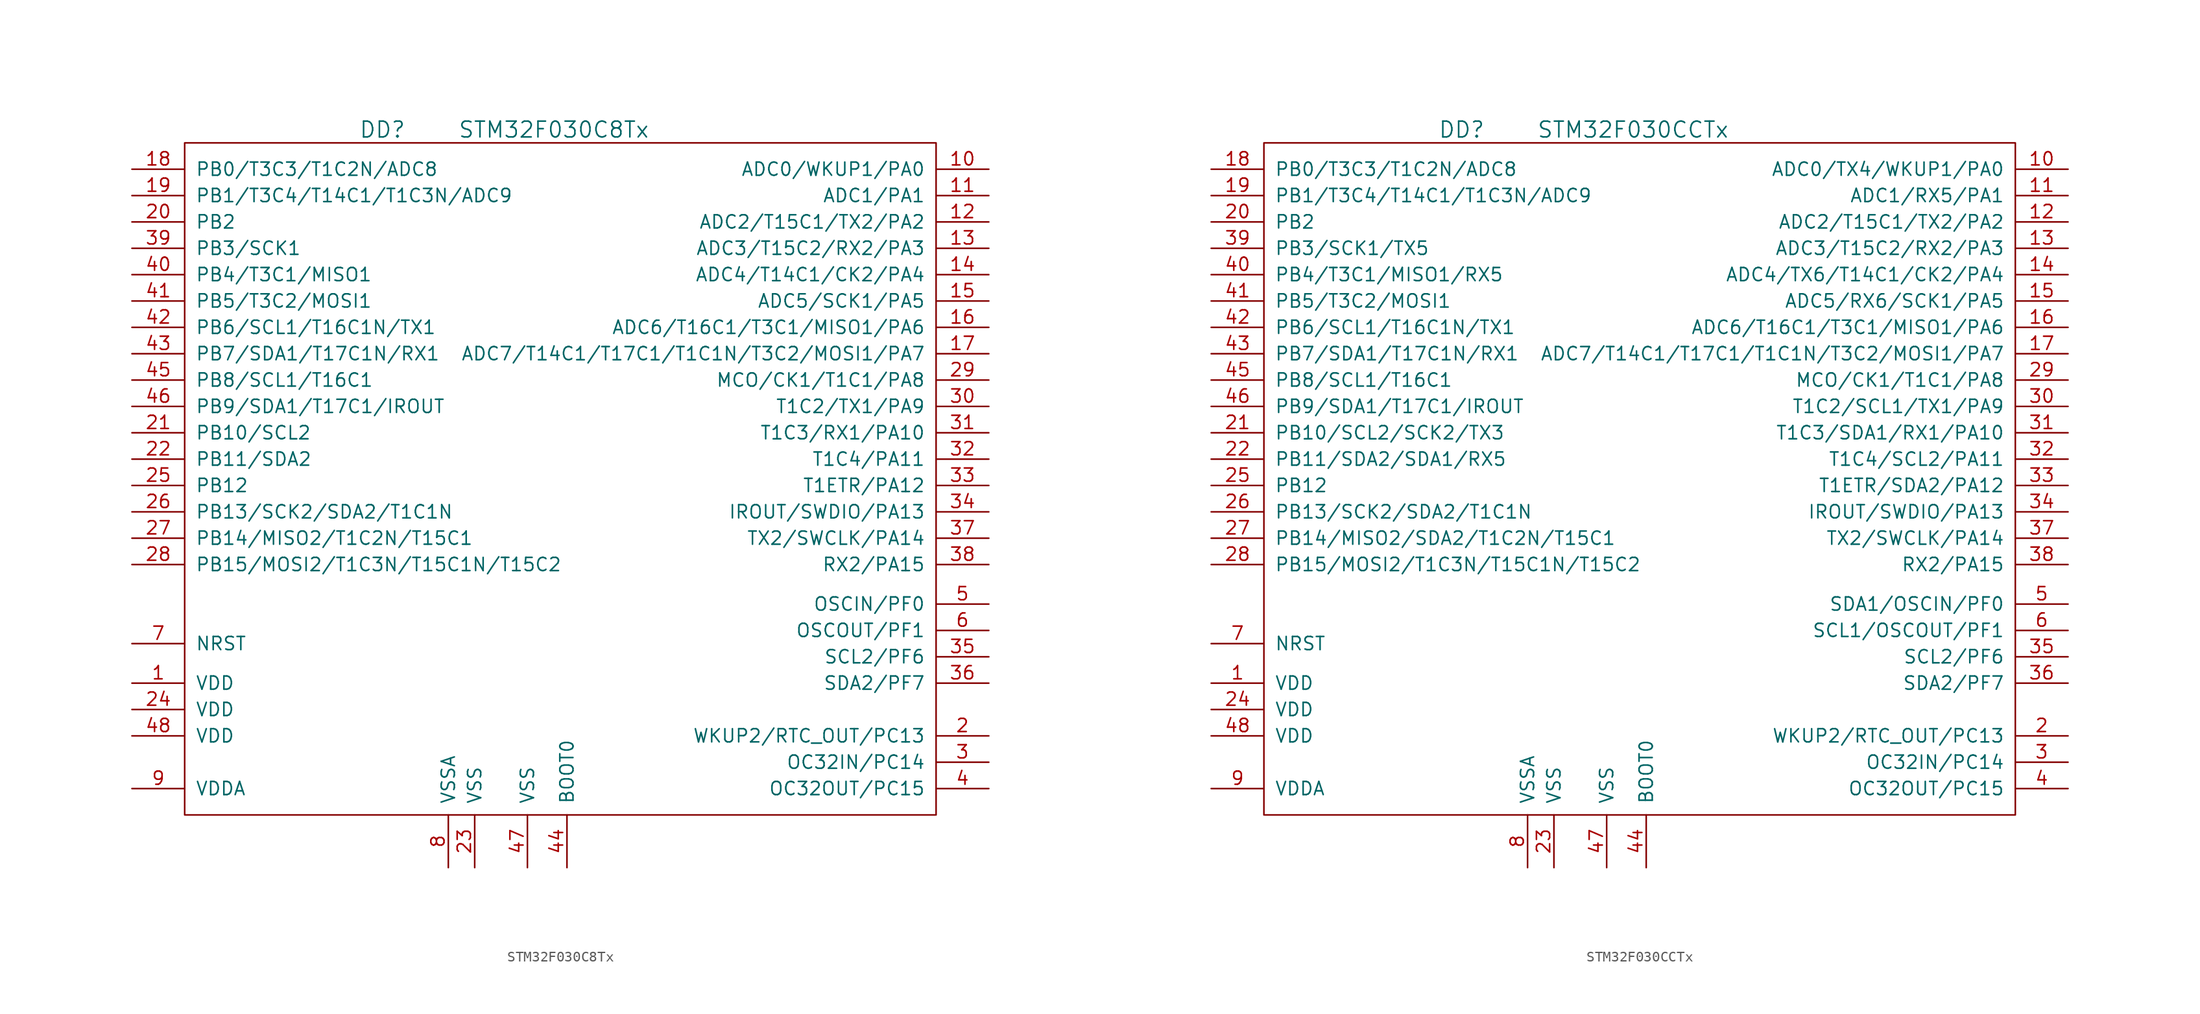
<source format=kicad_sym>
(kicad_symbol_lib
  (version 20201005)
  (generator kicad_symbol_editor)
  (symbol "st_kl:STM32F030C8Tx"
    (pin_names
      (offset 1.016))
    (property "Reference" "DD"
      (at -12.7 34.29 0)
      (effects (font (size 1.524 1.524))))
    (property "Value" "STM32F030C8Tx"
      (at 3.81 34.29 0)
      (effects (font (size 1.524 1.524))))
    (property "Footprint" ""
      (at 0 0 0)
      (effects (font (size 1.524 1.524))))
    (property "Datasheet" ""
      (at 0 0 0)
      (effects (font (size 1.524 1.524))))
    (symbol "STM32F030C8Tx_0_1"
      (rectangle (start -31.75 33.02) (end 40.64 -31.75) (stroke (width 0)) (fill (type none))))
    (symbol "STM32F030C8Tx_1_1"
      (pin power_in line (at -36.83 -19.05 0) (length 5.08) (name "VDD" (effects (font (size 1.27 1.27)))) (number "1" (effects (font (size 1.27 1.27)))))
      (pin passive line (at 45.72 30.48 180) (length 5.08) (name "ADC0/WKUP1/PA0" (effects (font (size 1.27 1.27)))) (number "10" (effects (font (size 1.27 1.27)))))
      (pin passive line (at 45.72 27.94 180) (length 5.08) (name "ADC1/PA1" (effects (font (size 1.27 1.27)))) (number "11" (effects (font (size 1.27 1.27)))))
      (pin passive line (at 45.72 25.4 180) (length 5.08) (name "ADC2/T15C1/TX2/PA2" (effects (font (size 1.27 1.27)))) (number "12" (effects (font (size 1.27 1.27)))))
      (pin passive line (at 45.72 22.86 180) (length 5.08) (name "ADC3/T15C2/RX2/PA3" (effects (font (size 1.27 1.27)))) (number "13" (effects (font (size 1.27 1.27)))))
      (pin passive line (at 45.72 20.32 180) (length 5.08) (name "ADC4/T14C1/CK2/PA4" (effects (font (size 1.27 1.27)))) (number "14" (effects (font (size 1.27 1.27)))))
      (pin passive line (at 45.72 17.78 180) (length 5.08) (name "ADC5/SCK1/PA5" (effects (font (size 1.27 1.27)))) (number "15" (effects (font (size 1.27 1.27)))))
      (pin passive line (at 45.72 15.24 180) (length 5.08) (name "ADC6/T16C1/T3C1/MISO1/PA6" (effects (font (size 1.27 1.27)))) (number "16" (effects (font (size 1.27 1.27)))))
      (pin passive line (at 45.72 12.7 180) (length 5.08) (name "ADC7/T14C1/T17C1/T1C1N/T3C2/MOSI1/PA7" (effects (font (size 1.27 1.27)))) (number "17" (effects (font (size 1.27 1.27)))))
      (pin passive line (at -36.83 30.48 0) (length 5.08) (name "PB0/T3C3/T1C2N/ADC8" (effects (font (size 1.27 1.27)))) (number "18" (effects (font (size 1.27 1.27)))))
      (pin passive line (at -36.83 27.94 0) (length 5.08) (name "PB1/T3C4/T14C1/T1C3N/ADC9" (effects (font (size 1.27 1.27)))) (number "19" (effects (font (size 1.27 1.27)))))
      (pin passive line (at 45.72 -24.13 180) (length 5.08) (name "WKUP2/RTC_OUT/PC13" (effects (font (size 1.27 1.27)))) (number "2" (effects (font (size 1.27 1.27)))))
      (pin passive line (at -36.83 25.4 0) (length 5.08) (name "PB2" (effects (font (size 1.27 1.27)))) (number "20" (effects (font (size 1.27 1.27)))))
      (pin passive line (at -36.83 5.08 0) (length 5.08) (name "PB10/SCL2" (effects (font (size 1.27 1.27)))) (number "21" (effects (font (size 1.27 1.27)))))
      (pin passive line (at -36.83 2.54 0) (length 5.08) (name "PB11/SDA2" (effects (font (size 1.27 1.27)))) (number "22" (effects (font (size 1.27 1.27)))))
      (pin power_in line (at -3.81 -36.83 90) (length 5.08) (name "VSS" (effects (font (size 1.27 1.27)))) (number "23" (effects (font (size 1.27 1.27)))))
      (pin power_in line (at -36.83 -21.59 0) (length 5.08) (name "VDD" (effects (font (size 1.27 1.27)))) (number "24" (effects (font (size 1.27 1.27)))))
      (pin passive line (at -36.83 0 0) (length 5.08) (name "PB12" (effects (font (size 1.27 1.27)))) (number "25" (effects (font (size 1.27 1.27)))))
      (pin passive line (at -36.83 -2.54 0) (length 5.08) (name "PB13/SCK2/SDA2/T1C1N" (effects (font (size 1.27 1.27)))) (number "26" (effects (font (size 1.27 1.27)))))
      (pin passive line (at -36.83 -5.08 0) (length 5.08) (name "PB14/MISO2/T1C2N/T15C1" (effects (font (size 1.27 1.27)))) (number "27" (effects (font (size 1.27 1.27)))))
      (pin passive line (at -36.83 -7.62 0) (length 5.08) (name "PB15/MOSI2/T1C3N/T15C1N/T15C2" (effects (font (size 1.27 1.27)))) (number "28" (effects (font (size 1.27 1.27)))))
      (pin passive line (at 45.72 10.16 180) (length 5.08) (name "MCO/CK1/T1C1/PA8" (effects (font (size 1.27 1.27)))) (number "29" (effects (font (size 1.27 1.27)))))
      (pin passive line (at 45.72 -26.67 180) (length 5.08) (name "OC32IN/PC14" (effects (font (size 1.27 1.27)))) (number "3" (effects (font (size 1.27 1.27)))))
      (pin passive line (at 45.72 7.62 180) (length 5.08) (name "T1C2/TX1/PA9" (effects (font (size 1.27 1.27)))) (number "30" (effects (font (size 1.27 1.27)))))
      (pin passive line (at 45.72 5.08 180) (length 5.08) (name "T1C3/RX1/PA10" (effects (font (size 1.27 1.27)))) (number "31" (effects (font (size 1.27 1.27)))))
      (pin passive line (at 45.72 2.54 180) (length 5.08) (name "T1C4/PA11" (effects (font (size 1.27 1.27)))) (number "32" (effects (font (size 1.27 1.27)))))
      (pin passive line (at 45.72 0 180) (length 5.08) (name "T1ETR/PA12" (effects (font (size 1.27 1.27)))) (number "33" (effects (font (size 1.27 1.27)))))
      (pin passive line (at 45.72 -2.54 180) (length 5.08) (name "IROUT/SWDIO/PA13" (effects (font (size 1.27 1.27)))) (number "34" (effects (font (size 1.27 1.27)))))
      (pin passive line (at 45.72 -16.51 180) (length 5.08) (name "SCL2/PF6" (effects (font (size 1.27 1.27)))) (number "35" (effects (font (size 1.27 1.27)))))
      (pin passive line (at 45.72 -19.05 180) (length 5.08) (name "SDA2/PF7" (effects (font (size 1.27 1.27)))) (number "36" (effects (font (size 1.27 1.27)))))
      (pin passive line (at 45.72 -5.08 180) (length 5.08) (name "TX2/SWCLK/PA14" (effects (font (size 1.27 1.27)))) (number "37" (effects (font (size 1.27 1.27)))))
      (pin passive line (at 45.72 -7.62 180) (length 5.08) (name "RX2/PA15" (effects (font (size 1.27 1.27)))) (number "38" (effects (font (size 1.27 1.27)))))
      (pin passive line (at -36.83 22.86 0) (length 5.08) (name "PB3/SCK1" (effects (font (size 1.27 1.27)))) (number "39" (effects (font (size 1.27 1.27)))))
      (pin passive line (at 45.72 -29.21 180) (length 5.08) (name "OC32OUT/PC15" (effects (font (size 1.27 1.27)))) (number "4" (effects (font (size 1.27 1.27)))))
      (pin passive line (at -36.83 20.32 0) (length 5.08) (name "PB4/T3C1/MISO1" (effects (font (size 1.27 1.27)))) (number "40" (effects (font (size 1.27 1.27)))))
      (pin passive line (at -36.83 17.78 0) (length 5.08) (name "PB5/T3C2/MOSI1" (effects (font (size 1.27 1.27)))) (number "41" (effects (font (size 1.27 1.27)))))
      (pin passive line (at -36.83 15.24 0) (length 5.08) (name "PB6/SCL1/T16C1N/TX1" (effects (font (size 1.27 1.27)))) (number "42" (effects (font (size 1.27 1.27)))))
      (pin passive line (at -36.83 12.7 0) (length 5.08) (name "PB7/SDA1/T17C1N/RX1" (effects (font (size 1.27 1.27)))) (number "43" (effects (font (size 1.27 1.27)))))
      (pin passive line (at 5.08 -36.83 90) (length 5.08) (name "BOOT0" (effects (font (size 1.27 1.27)))) (number "44" (effects (font (size 1.27 1.27)))))
      (pin passive line (at -36.83 10.16 0) (length 5.08) (name "PB8/SCL1/T16C1" (effects (font (size 1.27 1.27)))) (number "45" (effects (font (size 1.27 1.27)))))
      (pin passive line (at -36.83 7.62 0) (length 5.08) (name "PB9/SDA1/T17C1/IROUT" (effects (font (size 1.27 1.27)))) (number "46" (effects (font (size 1.27 1.27)))))
      (pin power_in line (at 1.27 -36.83 90) (length 5.08) (name "VSS" (effects (font (size 1.27 1.27)))) (number "47" (effects (font (size 1.27 1.27)))))
      (pin power_in line (at -36.83 -24.13 0) (length 5.08) (name "VDD" (effects (font (size 1.27 1.27)))) (number "48" (effects (font (size 1.27 1.27)))))
      (pin passive line (at 45.72 -11.43 180) (length 5.08) (name "OSCIN/PF0" (effects (font (size 1.27 1.27)))) (number "5" (effects (font (size 1.27 1.27)))))
      (pin passive line (at 45.72 -13.97 180) (length 5.08) (name "OSCOUT/PF1" (effects (font (size 1.27 1.27)))) (number "6" (effects (font (size 1.27 1.27)))))
      (pin passive line (at -36.83 -15.24 0) (length 5.08) (name "NRST" (effects (font (size 1.27 1.27)))) (number "7" (effects (font (size 1.27 1.27)))))
      (pin power_in line (at -6.35 -36.83 90) (length 5.08) (name "VSSA" (effects (font (size 1.27 1.27)))) (number "8" (effects (font (size 1.27 1.27)))))
      (pin power_in line (at -36.83 -29.21 0) (length 5.08) (name "VDDA" (effects (font (size 1.27 1.27)))) (number "9" (effects (font (size 1.27 1.27)))))))
  (symbol "st_kl:STM32F030CCTx"
    (pin_names
      (offset 1.016))
    (property "Reference" "DD"
      (at -12.7 34.29 0)
      (effects (font (size 1.524 1.524))))
    (property "Value" "STM32F030CCTx"
      (at 3.81 34.29 0)
      (effects (font (size 1.524 1.524))))
    (property "Datasheet" ""
      (at 0 0 0)
      (effects (font (size 1.524 1.524))))
    (symbol "STM32F030CCTx_0_1"
      (rectangle (start -31.75 33.02) (end 40.64 -31.75) (stroke (width 0)) (fill (type none))))
    (symbol "STM32F030CCTx_1_1"
      (pin power_in line (at -36.83 -19.05 0) (length 5.08) (name "VDD" (effects (font (size 1.27 1.27)))) (number "1" (effects (font (size 1.27 1.27)))))
      (pin passive line (at 45.72 30.48 180) (length 5.08) (name "ADC0/TX4/WKUP1/PA0" (effects (font (size 1.27 1.27)))) (number "10" (effects (font (size 1.27 1.27)))))
      (pin passive line (at 45.72 27.94 180) (length 5.08) (name "ADC1/RX5/PA1" (effects (font (size 1.27 1.27)))) (number "11" (effects (font (size 1.27 1.27)))))
      (pin passive line (at 45.72 25.4 180) (length 5.08) (name "ADC2/T15C1/TX2/PA2" (effects (font (size 1.27 1.27)))) (number "12" (effects (font (size 1.27 1.27)))))
      (pin passive line (at 45.72 22.86 180) (length 5.08) (name "ADC3/T15C2/RX2/PA3" (effects (font (size 1.27 1.27)))) (number "13" (effects (font (size 1.27 1.27)))))
      (pin passive line (at 45.72 20.32 180) (length 5.08) (name "ADC4/TX6/T14C1/CK2/PA4" (effects (font (size 1.27 1.27)))) (number "14" (effects (font (size 1.27 1.27)))))
      (pin passive line (at 45.72 17.78 180) (length 5.08) (name "ADC5/RX6/SCK1/PA5" (effects (font (size 1.27 1.27)))) (number "15" (effects (font (size 1.27 1.27)))))
      (pin passive line (at 45.72 15.24 180) (length 5.08) (name "ADC6/T16C1/T3C1/MISO1/PA6" (effects (font (size 1.27 1.27)))) (number "16" (effects (font (size 1.27 1.27)))))
      (pin passive line (at 45.72 12.7 180) (length 5.08) (name "ADC7/T14C1/T17C1/T1C1N/T3C2/MOSI1/PA7" (effects (font (size 1.27 1.27)))) (number "17" (effects (font (size 1.27 1.27)))))
      (pin passive line (at -36.83 30.48 0) (length 5.08) (name "PB0/T3C3/T1C2N/ADC8" (effects (font (size 1.27 1.27)))) (number "18" (effects (font (size 1.27 1.27)))))
      (pin passive line (at -36.83 27.94 0) (length 5.08) (name "PB1/T3C4/T14C1/T1C3N/ADC9" (effects (font (size 1.27 1.27)))) (number "19" (effects (font (size 1.27 1.27)))))
      (pin passive line (at 45.72 -24.13 180) (length 5.08) (name "WKUP2/RTC_OUT/PC13" (effects (font (size 1.27 1.27)))) (number "2" (effects (font (size 1.27 1.27)))))
      (pin passive line (at -36.83 25.4 0) (length 5.08) (name "PB2" (effects (font (size 1.27 1.27)))) (number "20" (effects (font (size 1.27 1.27)))))
      (pin passive line (at -36.83 5.08 0) (length 5.08) (name "PB10/SCL2/SCK2/TX3" (effects (font (size 1.27 1.27)))) (number "21" (effects (font (size 1.27 1.27)))))
      (pin passive line (at -36.83 2.54 0) (length 5.08) (name "PB11/SDA2/SDA1/RX5" (effects (font (size 1.27 1.27)))) (number "22" (effects (font (size 1.27 1.27)))))
      (pin power_in line (at -3.81 -36.83 90) (length 5.08) (name "VSS" (effects (font (size 1.27 1.27)))) (number "23" (effects (font (size 1.27 1.27)))))
      (pin power_in line (at -36.83 -21.59 0) (length 5.08) (name "VDD" (effects (font (size 1.27 1.27)))) (number "24" (effects (font (size 1.27 1.27)))))
      (pin passive line (at -36.83 0 0) (length 5.08) (name "PB12" (effects (font (size 1.27 1.27)))) (number "25" (effects (font (size 1.27 1.27)))))
      (pin passive line (at -36.83 -2.54 0) (length 5.08) (name "PB13/SCK2/SDA2/T1C1N" (effects (font (size 1.27 1.27)))) (number "26" (effects (font (size 1.27 1.27)))))
      (pin passive line (at -36.83 -5.08 0) (length 5.08) (name "PB14/MISO2/SDA2/T1C2N/T15C1" (effects (font (size 1.27 1.27)))) (number "27" (effects (font (size 1.27 1.27)))))
      (pin passive line (at -36.83 -7.62 0) (length 5.08) (name "PB15/MOSI2/T1C3N/T15C1N/T15C2" (effects (font (size 1.27 1.27)))) (number "28" (effects (font (size 1.27 1.27)))))
      (pin passive line (at 45.72 10.16 180) (length 5.08) (name "MCO/CK1/T1C1/PA8" (effects (font (size 1.27 1.27)))) (number "29" (effects (font (size 1.27 1.27)))))
      (pin passive line (at 45.72 -26.67 180) (length 5.08) (name "OC32IN/PC14" (effects (font (size 1.27 1.27)))) (number "3" (effects (font (size 1.27 1.27)))))
      (pin passive line (at 45.72 7.62 180) (length 5.08) (name "T1C2/SCL1/TX1/PA9" (effects (font (size 1.27 1.27)))) (number "30" (effects (font (size 1.27 1.27)))))
      (pin passive line (at 45.72 5.08 180) (length 5.08) (name "T1C3/SDA1/RX1/PA10" (effects (font (size 1.27 1.27)))) (number "31" (effects (font (size 1.27 1.27)))))
      (pin passive line (at 45.72 2.54 180) (length 5.08) (name "T1C4/SCL2/PA11" (effects (font (size 1.27 1.27)))) (number "32" (effects (font (size 1.27 1.27)))))
      (pin passive line (at 45.72 0 180) (length 5.08) (name "T1ETR/SDA2/PA12" (effects (font (size 1.27 1.27)))) (number "33" (effects (font (size 1.27 1.27)))))
      (pin passive line (at 45.72 -2.54 180) (length 5.08) (name "IROUT/SWDIO/PA13" (effects (font (size 1.27 1.27)))) (number "34" (effects (font (size 1.27 1.27)))))
      (pin passive line (at 45.72 -16.51 180) (length 5.08) (name "SCL2/PF6" (effects (font (size 1.27 1.27)))) (number "35" (effects (font (size 1.27 1.27)))))
      (pin passive line (at 45.72 -19.05 180) (length 5.08) (name "SDA2/PF7" (effects (font (size 1.27 1.27)))) (number "36" (effects (font (size 1.27 1.27)))))
      (pin passive line (at 45.72 -5.08 180) (length 5.08) (name "TX2/SWCLK/PA14" (effects (font (size 1.27 1.27)))) (number "37" (effects (font (size 1.27 1.27)))))
      (pin passive line (at 45.72 -7.62 180) (length 5.08) (name "RX2/PA15" (effects (font (size 1.27 1.27)))) (number "38" (effects (font (size 1.27 1.27)))))
      (pin passive line (at -36.83 22.86 0) (length 5.08) (name "PB3/SCK1/TX5" (effects (font (size 1.27 1.27)))) (number "39" (effects (font (size 1.27 1.27)))))
      (pin passive line (at 45.72 -29.21 180) (length 5.08) (name "OC32OUT/PC15" (effects (font (size 1.27 1.27)))) (number "4" (effects (font (size 1.27 1.27)))))
      (pin passive line (at -36.83 20.32 0) (length 5.08) (name "PB4/T3C1/MISO1/RX5" (effects (font (size 1.27 1.27)))) (number "40" (effects (font (size 1.27 1.27)))))
      (pin passive line (at -36.83 17.78 0) (length 5.08) (name "PB5/T3C2/MOSI1" (effects (font (size 1.27 1.27)))) (number "41" (effects (font (size 1.27 1.27)))))
      (pin passive line (at -36.83 15.24 0) (length 5.08) (name "PB6/SCL1/T16C1N/TX1" (effects (font (size 1.27 1.27)))) (number "42" (effects (font (size 1.27 1.27)))))
      (pin passive line (at -36.83 12.7 0) (length 5.08) (name "PB7/SDA1/T17C1N/RX1" (effects (font (size 1.27 1.27)))) (number "43" (effects (font (size 1.27 1.27)))))
      (pin passive line (at 5.08 -36.83 90) (length 5.08) (name "BOOT0" (effects (font (size 1.27 1.27)))) (number "44" (effects (font (size 1.27 1.27)))))
      (pin passive line (at -36.83 10.16 0) (length 5.08) (name "PB8/SCL1/T16C1" (effects (font (size 1.27 1.27)))) (number "45" (effects (font (size 1.27 1.27)))))
      (pin passive line (at -36.83 7.62 0) (length 5.08) (name "PB9/SDA1/T17C1/IROUT" (effects (font (size 1.27 1.27)))) (number "46" (effects (font (size 1.27 1.27)))))
      (pin power_in line (at 1.27 -36.83 90) (length 5.08) (name "VSS" (effects (font (size 1.27 1.27)))) (number "47" (effects (font (size 1.27 1.27)))))
      (pin power_in line (at -36.83 -24.13 0) (length 5.08) (name "VDD" (effects (font (size 1.27 1.27)))) (number "48" (effects (font (size 1.27 1.27)))))
      (pin passive line (at 45.72 -11.43 180) (length 5.08) (name "SDA1/OSCIN/PF0" (effects (font (size 1.27 1.27)))) (number "5" (effects (font (size 1.27 1.27)))))
      (pin passive line (at 45.72 -13.97 180) (length 5.08) (name "SCL1/OSCOUT/PF1" (effects (font (size 1.27 1.27)))) (number "6" (effects (font (size 1.27 1.27)))))
      (pin passive line (at -36.83 -15.24 0) (length 5.08) (name "NRST" (effects (font (size 1.27 1.27)))) (number "7" (effects (font (size 1.27 1.27)))))
      (pin power_in line (at -6.35 -36.83 90) (length 5.08) (name "VSSA" (effects (font (size 1.27 1.27)))) (number "8" (effects (font (size 1.27 1.27)))))
      (pin power_in line (at -36.83 -29.21 0) (length 5.08) (name "VDDA" (effects (font (size 1.27 1.27)))) (number "9" (effects (font (size 1.27 1.27))))))))
</source>
